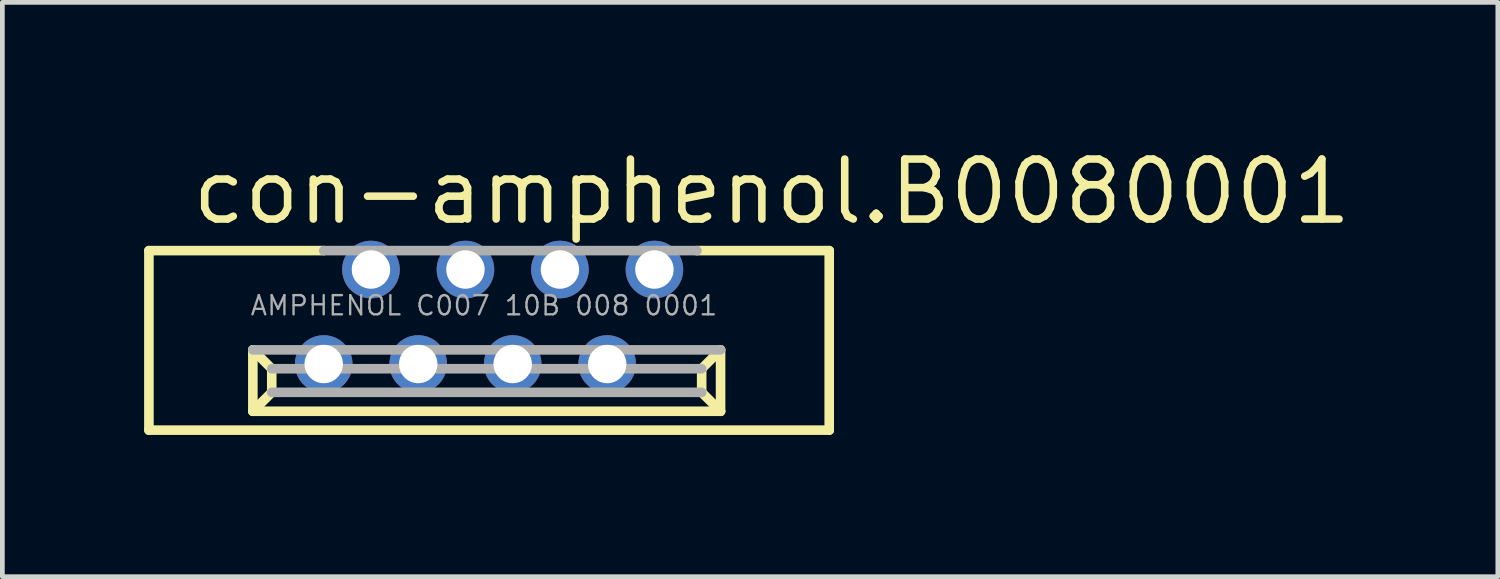
<source format=kicad_pcb>
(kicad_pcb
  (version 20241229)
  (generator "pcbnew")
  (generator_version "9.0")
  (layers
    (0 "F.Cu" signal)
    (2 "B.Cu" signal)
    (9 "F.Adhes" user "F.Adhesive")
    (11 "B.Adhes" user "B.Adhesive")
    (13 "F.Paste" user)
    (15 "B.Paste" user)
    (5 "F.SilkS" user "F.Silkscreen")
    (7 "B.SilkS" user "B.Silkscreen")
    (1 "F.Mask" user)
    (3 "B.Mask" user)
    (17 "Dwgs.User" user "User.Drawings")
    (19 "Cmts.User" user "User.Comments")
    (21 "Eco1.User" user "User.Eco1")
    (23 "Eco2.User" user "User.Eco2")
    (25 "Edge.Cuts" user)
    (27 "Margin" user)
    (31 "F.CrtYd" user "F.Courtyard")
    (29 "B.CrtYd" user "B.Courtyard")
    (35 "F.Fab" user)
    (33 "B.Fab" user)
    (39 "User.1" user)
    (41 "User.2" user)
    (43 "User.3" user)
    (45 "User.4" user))
  (footprint "con-amphenol.B0080001"
    (layer "F.Cu")
    (at 7.302 3.655)
    (property "Reference" "con-amphenol.B0080001" (at -6.366 -1.905 0) (layer "F.SilkS") (effects (font (size 1.27 1.27) (thickness 0.16)) (justify left bottom)))
    (attr through_hole)
    (fp_line (start -7.2 -1.4) (end -3.5 -1.4) (stroke (width 0.203) (type default)) (layer "F.SilkS"))
    (fp_line (start -7.2 2.4) (end -7.2 -1.4) (stroke (width 0.203) (type default)) (layer "F.SilkS"))
    (fp_line (start -5 0.7) (end -5 2) (stroke (width 0.203) (type default)) (layer "F.SilkS"))
    (fp_line (start -5 0.7) (end -4.6 1.1) (stroke (width 0.203) (type default)) (layer "F.SilkS"))
    (fp_line (start -5 2) (end -4.6 1.6) (stroke (width 0.203) (type default)) (layer "F.SilkS"))
    (fp_line (start -4.6 1.6) (end -4.6 1.1) (stroke (width 0.203) (type default)) (layer "F.SilkS"))
    (fp_line (start 4.4 -1.4) (end 7.2 -1.4) (stroke (width 0.203) (type default)) (layer "F.SilkS"))
    (fp_line (start 4.5 1.1) (end 4.5 1.6) (stroke (width 0.203) (type default)) (layer "F.SilkS"))
    (fp_line (start 4.9 0.7) (end 4.5 1.1) (stroke (width 0.203) (type default)) (layer "F.SilkS"))
    (fp_line (start 4.9 2) (end -5 2) (stroke (width 0.203) (type default)) (layer "F.SilkS"))
    (fp_line (start 4.9 2) (end 4.5 1.6) (stroke (width 0.203) (type default)) (layer "F.SilkS"))
    (fp_line (start 4.9 2) (end 4.9 0.7) (stroke (width 0.203) (type default)) (layer "F.SilkS"))
    (fp_line (start 7.2 -1.4) (end 7.2 2.4) (stroke (width 0.203) (type default)) (layer "F.SilkS"))
    (fp_line (start 7.2 2.4) (end -7.2 2.4) (stroke (width 0.203) (type default)) (layer "F.SilkS"))
    (fp_line (start -4.6 1.1) (end 4.5 1.1) (stroke (width 0.203) (type default)) (layer "F.Fab"))
    (fp_line (start -3.5 -1.4) (end 4.4 -1.4) (stroke (width 0.203) (type default)) (layer "F.Fab"))
    (fp_line (start 4.5 1.6) (end -4.6 1.6) (stroke (width 0.203) (type default)) (layer "F.Fab"))
    (fp_line (start 4.9 0.7) (end -5 0.7) (stroke (width 0.203) (type default)) (layer "F.Fab"))
    (fp_text user "AMPHENOL C007 10B 008 0001" (at -5.08 0 0) (layer "F.Fab") (effects (font (size 0.406 0.406) (thickness 0.05)) (justify left bottom)))
    (pad "1" thru_hole circle (at -3.5 1) (size 1.219 1.219) (drill 0.813) (layers "*.Cu" "*.Mask"))
    (pad "2" thru_hole circle (at -2.5 -1) (size 1.219 1.219) (drill 0.813) (layers "*.Cu" "*.Mask"))
    (pad "3" thru_hole circle (at -1.5 1) (size 1.219 1.219) (drill 0.813) (layers "*.Cu" "*.Mask"))
    (pad "4" thru_hole circle (at -0.5 -1) (size 1.219 1.219) (drill 0.813) (layers "*.Cu" "*.Mask"))
    (pad "5" thru_hole circle (at 0.5 1) (size 1.219 1.219) (drill 0.813) (layers "*.Cu" "*.Mask"))
    (pad "6" thru_hole circle (at 1.5 -1) (size 1.219 1.219) (drill 0.813) (layers "*.Cu" "*.Mask"))
    (pad "7" thru_hole circle (at 2.5 1) (size 1.219 1.219) (drill 0.813) (layers "*.Cu" "*.Mask"))
    (pad "8" thru_hole circle (at 3.5 -1) (size 1.219 1.219) (drill 0.813) (layers "*.Cu" "*.Mask")))
  (gr_rect
    (start -3 -3)
    (end 28.654 9.157)
    (stroke (width 0.1) (type default))
    (fill no)
    (layer "Edge.Cuts")))
</source>
